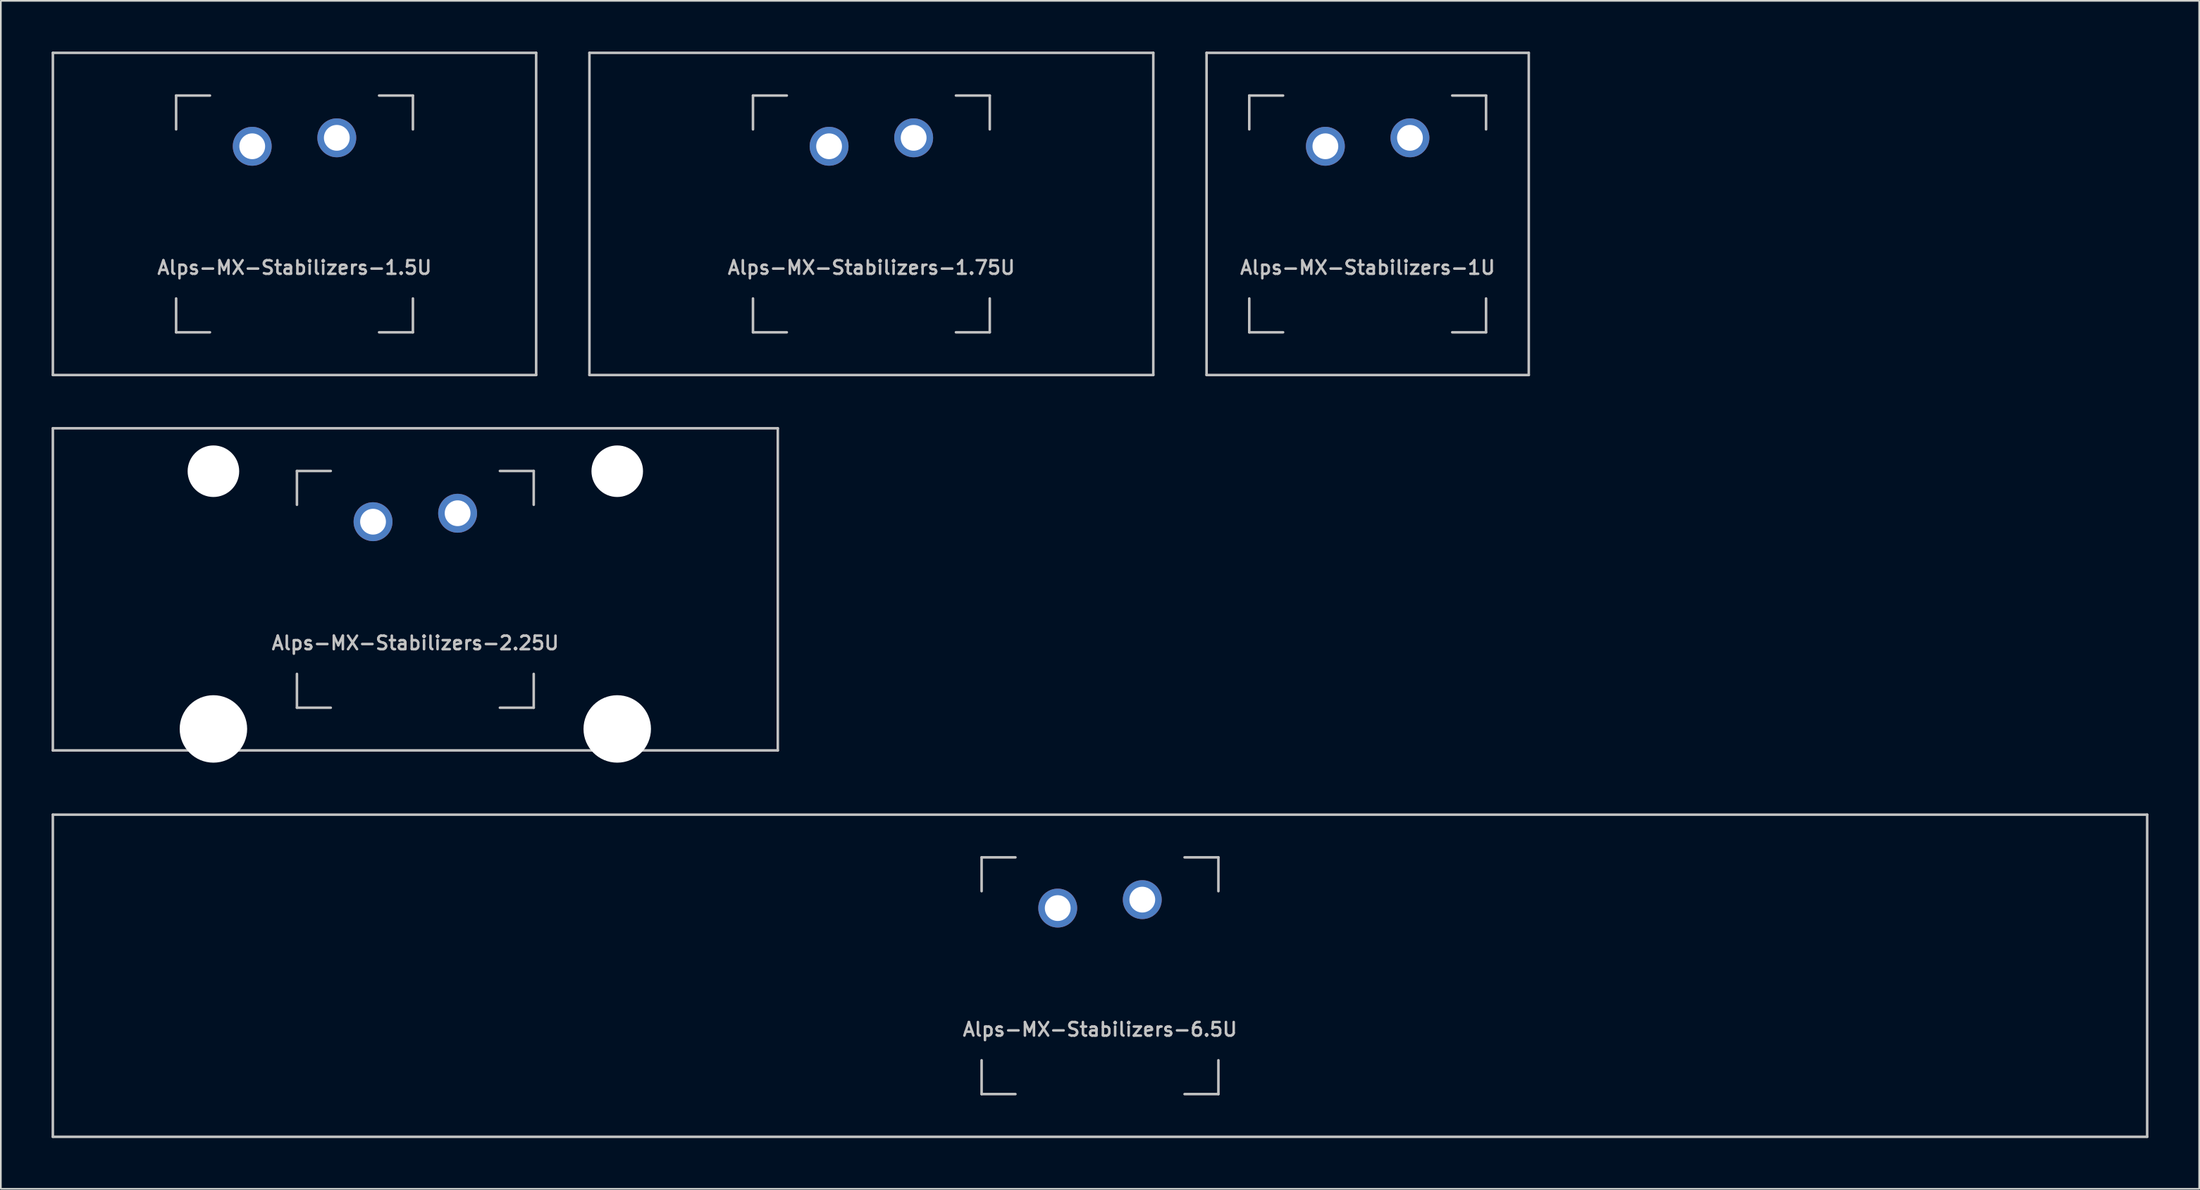
<source format=kicad_pcb>
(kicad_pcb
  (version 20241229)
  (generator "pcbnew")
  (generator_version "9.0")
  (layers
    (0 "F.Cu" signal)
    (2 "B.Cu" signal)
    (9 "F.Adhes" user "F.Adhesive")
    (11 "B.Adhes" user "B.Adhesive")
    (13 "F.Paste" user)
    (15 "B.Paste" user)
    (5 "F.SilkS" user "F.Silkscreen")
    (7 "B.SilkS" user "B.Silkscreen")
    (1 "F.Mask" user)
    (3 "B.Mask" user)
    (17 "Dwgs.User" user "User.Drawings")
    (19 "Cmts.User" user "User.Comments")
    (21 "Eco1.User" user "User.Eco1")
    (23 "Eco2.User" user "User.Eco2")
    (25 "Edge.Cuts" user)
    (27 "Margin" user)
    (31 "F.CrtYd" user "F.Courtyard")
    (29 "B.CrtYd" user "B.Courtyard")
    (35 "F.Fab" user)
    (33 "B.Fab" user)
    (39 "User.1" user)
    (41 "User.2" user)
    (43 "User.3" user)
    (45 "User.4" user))
  (footprint "Alps-MX-Stabilizers-6.5U"
    (layer "F.Cu")
    (at 61.987 54.649)
    (property "Reference" "Alps-MX-Stabilizers-6.5U" (at 0 3.175 0) (layer "Dwgs.User") (effects (font (size 0.8 0.8) (thickness 0.15))))
    (attr through_hole)
    (fp_line (start -61.913 9.525) (end -61.913 -9.525) (stroke (width 0.15) (type solid)) (layer "Dwgs.User"))
    (fp_line (start -7 -7) (end -7 -5) (stroke (width 0.15) (type solid)) (layer "Dwgs.User"))
    (fp_line (start -7 5) (end -7 7) (stroke (width 0.15) (type solid)) (layer "Dwgs.User"))
    (fp_line (start -7 7) (end -5 7) (stroke (width 0.15) (type solid)) (layer "Dwgs.User"))
    (fp_line (start -5 -7) (end -7 -7) (stroke (width 0.15) (type solid)) (layer "Dwgs.User"))
    (fp_line (start 5 -7) (end 7 -7) (stroke (width 0.15) (type solid)) (layer "Dwgs.User"))
    (fp_line (start 5 7) (end 7 7) (stroke (width 0.15) (type solid)) (layer "Dwgs.User"))
    (fp_line (start 7 -7) (end 7 -5) (stroke (width 0.15) (type solid)) (layer "Dwgs.User"))
    (fp_line (start 7 7) (end 7 5) (stroke (width 0.15) (type solid)) (layer "Dwgs.User"))
    (fp_line (start 61.913 -9.525) (end -61.913 -9.525) (stroke (width 0.15) (type solid)) (layer "Dwgs.User"))
    (fp_line (start 61.913 9.525) (end -61.913 9.525) (stroke (width 0.15) (type solid)) (layer "Dwgs.User"))
    (fp_line (start 61.913 9.525) (end 61.913 -9.525) (stroke (width 0.15) (type solid)) (layer "Dwgs.User"))
    (pad "1" thru_hole circle (at -2.5 -4) (size 2.3 2.3) (drill 1.524) (layers "*.Cu" "B.Mask"))
    (pad "2" thru_hole circle (at 2.5 -4.5) (size 2.3 2.3) (drill 1.524) (layers "*.Cu" "B.Mask")))
  (footprint "Alps-MX-Stabilizers-1.75U"
    (layer "F.Cu")
    (at 48.469 9.6)
    (property "Reference" "Alps-MX-Stabilizers-1.75U" (at 0 3.175 0) (layer "Dwgs.User") (effects (font (size 0.8 0.8) (thickness 0.15))))
    (attr through_hole)
    (fp_line (start -16.669 9.525) (end -16.669 -9.525) (stroke (width 0.15) (type solid)) (layer "Dwgs.User"))
    (fp_line (start -7 -7) (end -7 -5) (stroke (width 0.15) (type solid)) (layer "Dwgs.User"))
    (fp_line (start -7 5) (end -7 7) (stroke (width 0.15) (type solid)) (layer "Dwgs.User"))
    (fp_line (start -7 7) (end -5 7) (stroke (width 0.15) (type solid)) (layer "Dwgs.User"))
    (fp_line (start -5 -7) (end -7 -7) (stroke (width 0.15) (type solid)) (layer "Dwgs.User"))
    (fp_line (start 5 -7) (end 7 -7) (stroke (width 0.15) (type solid)) (layer "Dwgs.User"))
    (fp_line (start 5 7) (end 7 7) (stroke (width 0.15) (type solid)) (layer "Dwgs.User"))
    (fp_line (start 7 -7) (end 7 -5) (stroke (width 0.15) (type solid)) (layer "Dwgs.User"))
    (fp_line (start 7 7) (end 7 5) (stroke (width 0.15) (type solid)) (layer "Dwgs.User"))
    (fp_line (start 16.669 -9.525) (end -16.669 -9.525) (stroke (width 0.15) (type solid)) (layer "Dwgs.User"))
    (fp_line (start 16.669 9.525) (end -16.669 9.525) (stroke (width 0.15) (type solid)) (layer "Dwgs.User"))
    (fp_line (start 16.669 9.525) (end 16.669 -9.525) (stroke (width 0.15) (type solid)) (layer "Dwgs.User"))
    (pad "1" thru_hole circle (at -2.5 -4) (size 2.3 2.3) (drill 1.524) (layers "*.Cu" "B.Mask"))
    (pad "2" thru_hole circle (at 2.5 -4.5) (size 2.3 2.3) (drill 1.524) (layers "*.Cu" "B.Mask")))
  (footprint "Alps-MX-Stabilizers-1U"
    (layer "F.Cu")
    (at 77.812 9.6)
    (property "Reference" "Alps-MX-Stabilizers-1U" (at 0 3.175 0) (layer "Dwgs.User") (effects (font (size 0.8 0.8) (thickness 0.15))))
    (attr through_hole)
    (fp_line (start -9.525 9.525) (end -9.525 -9.525) (stroke (width 0.15) (type solid)) (layer "Dwgs.User"))
    (fp_line (start -7 -7) (end -7 -5) (stroke (width 0.15) (type solid)) (layer "Dwgs.User"))
    (fp_line (start -7 5) (end -7 7) (stroke (width 0.15) (type solid)) (layer "Dwgs.User"))
    (fp_line (start -7 7) (end -5 7) (stroke (width 0.15) (type solid)) (layer "Dwgs.User"))
    (fp_line (start -5 -7) (end -7 -7) (stroke (width 0.15) (type solid)) (layer "Dwgs.User"))
    (fp_line (start 5 -7) (end 7 -7) (stroke (width 0.15) (type solid)) (layer "Dwgs.User"))
    (fp_line (start 5 7) (end 7 7) (stroke (width 0.15) (type solid)) (layer "Dwgs.User"))
    (fp_line (start 7 -7) (end 7 -5) (stroke (width 0.15) (type solid)) (layer "Dwgs.User"))
    (fp_line (start 7 7) (end 7 5) (stroke (width 0.15) (type solid)) (layer "Dwgs.User"))
    (fp_line (start 9.525 -9.525) (end -9.525 -9.525) (stroke (width 0.15) (type solid)) (layer "Dwgs.User"))
    (fp_line (start 9.525 9.525) (end -9.525 9.525) (stroke (width 0.15) (type solid)) (layer "Dwgs.User"))
    (fp_line (start 9.525 9.525) (end 9.525 -9.525) (stroke (width 0.15) (type solid)) (layer "Dwgs.User"))
    (pad "1" thru_hole circle (at -2.5 -4) (size 2.3 2.3) (drill 1.524) (layers "*.Cu" "B.Mask"))
    (pad "2" thru_hole circle (at 2.5 -4.5) (size 2.3 2.3) (drill 1.524) (layers "*.Cu" "B.Mask")))
  (footprint "Alps-MX-Stabilizers-2.25U"
    (layer "F.Cu")
    (at 21.506 31.8)
    (property "Reference" "Alps-MX-Stabilizers-2.25U" (at 0 3.175 0) (layer "Dwgs.User") (effects (font (size 0.8 0.8) (thickness 0.15))))
    (attr through_hole)
    (fp_line (start -21.431 9.525) (end -21.431 -9.525) (stroke (width 0.15) (type solid)) (layer "Dwgs.User"))
    (fp_line (start -7 -7) (end -7 -5) (stroke (width 0.15) (type solid)) (layer "Dwgs.User"))
    (fp_line (start -7 5) (end -7 7) (stroke (width 0.15) (type solid)) (layer "Dwgs.User"))
    (fp_line (start -7 7) (end -5 7) (stroke (width 0.15) (type solid)) (layer "Dwgs.User"))
    (fp_line (start -5 -7) (end -7 -7) (stroke (width 0.15) (type solid)) (layer "Dwgs.User"))
    (fp_line (start 5 -7) (end 7 -7) (stroke (width 0.15) (type solid)) (layer "Dwgs.User"))
    (fp_line (start 5 7) (end 7 7) (stroke (width 0.15) (type solid)) (layer "Dwgs.User"))
    (fp_line (start 7 -7) (end 7 -5) (stroke (width 0.15) (type solid)) (layer "Dwgs.User"))
    (fp_line (start 7 7) (end 7 5) (stroke (width 0.15) (type solid)) (layer "Dwgs.User"))
    (fp_line (start 21.431 -9.525) (end -21.431 -9.525) (stroke (width 0.15) (type solid)) (layer "Dwgs.User"))
    (fp_line (start 21.431 9.525) (end -21.431 9.525) (stroke (width 0.15) (type solid)) (layer "Dwgs.User"))
    (fp_line (start 21.431 9.525) (end 21.431 -9.525) (stroke (width 0.15) (type solid)) (layer "Dwgs.User"))
    (pad "" np_thru_hole circle (at -11.938 -6.985) (size 3.048 3.048) (drill 3.048) (layers "*.Cu" "*.Mask"))
    (pad "" np_thru_hole circle (at -11.938 8.255) (size 3.988 3.988) (drill 3.988) (layers "*.Cu" "*.Mask"))
    (pad "" np_thru_hole circle (at 11.938 -6.985) (size 3.048 3.048) (drill 3.048) (layers "*.Cu" "*.Mask"))
    (pad "" np_thru_hole circle (at 11.938 8.255) (size 3.988 3.988) (drill 3.988) (layers "*.Cu" "*.Mask"))
    (pad "1" thru_hole circle (at -2.5 -4) (size 2.3 2.3) (drill 1.524) (layers "*.Cu" "B.Mask"))
    (pad "2" thru_hole circle (at 2.5 -4.5) (size 2.3 2.3) (drill 1.524) (layers "*.Cu" "B.Mask")))
  (footprint "Alps-MX-Stabilizers-1.5U"
    (layer "F.Cu")
    (at 14.363 9.6)
    (property "Reference" "Alps-MX-Stabilizers-1.5U" (at 0 3.175 0) (layer "Dwgs.User") (effects (font (size 0.8 0.8) (thickness 0.15))))
    (attr through_hole)
    (fp_line (start -14.287 9.525) (end -14.287 -9.525) (stroke (width 0.15) (type solid)) (layer "Dwgs.User"))
    (fp_line (start -7 -7) (end -7 -5) (stroke (width 0.15) (type solid)) (layer "Dwgs.User"))
    (fp_line (start -7 5) (end -7 7) (stroke (width 0.15) (type solid)) (layer "Dwgs.User"))
    (fp_line (start -7 7) (end -5 7) (stroke (width 0.15) (type solid)) (layer "Dwgs.User"))
    (fp_line (start -5 -7) (end -7 -7) (stroke (width 0.15) (type solid)) (layer "Dwgs.User"))
    (fp_line (start 5 -7) (end 7 -7) (stroke (width 0.15) (type solid)) (layer "Dwgs.User"))
    (fp_line (start 5 7) (end 7 7) (stroke (width 0.15) (type solid)) (layer "Dwgs.User"))
    (fp_line (start 7 -7) (end 7 -5) (stroke (width 0.15) (type solid)) (layer "Dwgs.User"))
    (fp_line (start 7 7) (end 7 5) (stroke (width 0.15) (type solid)) (layer "Dwgs.User"))
    (fp_line (start 14.287 -9.525) (end -14.287 -9.525) (stroke (width 0.15) (type solid)) (layer "Dwgs.User"))
    (fp_line (start 14.287 9.525) (end -14.287 9.525) (stroke (width 0.15) (type solid)) (layer "Dwgs.User"))
    (fp_line (start 14.287 9.525) (end 14.287 -9.525) (stroke (width 0.15) (type solid)) (layer "Dwgs.User"))
    (pad "1" thru_hole circle (at -2.5 -4) (size 2.3 2.3) (drill 1.524) (layers "*.Cu" "B.Mask"))
    (pad "2" thru_hole circle (at 2.5 -4.5) (size 2.3 2.3) (drill 1.524) (layers "*.Cu" "B.Mask")))
  (gr_rect
    (start -3 -3)
    (end 126.975 67.249)
    (stroke (width 0.1) (type default))
    (fill no)
    (layer "Edge.Cuts")))
</source>
